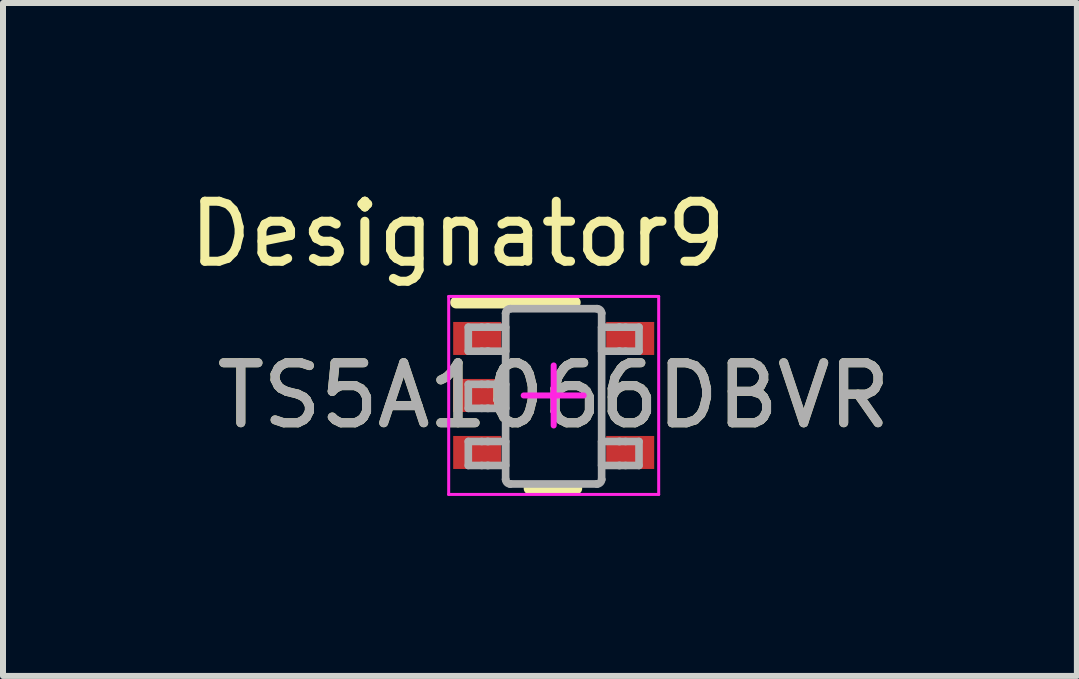
<source format=kicad_pcb>
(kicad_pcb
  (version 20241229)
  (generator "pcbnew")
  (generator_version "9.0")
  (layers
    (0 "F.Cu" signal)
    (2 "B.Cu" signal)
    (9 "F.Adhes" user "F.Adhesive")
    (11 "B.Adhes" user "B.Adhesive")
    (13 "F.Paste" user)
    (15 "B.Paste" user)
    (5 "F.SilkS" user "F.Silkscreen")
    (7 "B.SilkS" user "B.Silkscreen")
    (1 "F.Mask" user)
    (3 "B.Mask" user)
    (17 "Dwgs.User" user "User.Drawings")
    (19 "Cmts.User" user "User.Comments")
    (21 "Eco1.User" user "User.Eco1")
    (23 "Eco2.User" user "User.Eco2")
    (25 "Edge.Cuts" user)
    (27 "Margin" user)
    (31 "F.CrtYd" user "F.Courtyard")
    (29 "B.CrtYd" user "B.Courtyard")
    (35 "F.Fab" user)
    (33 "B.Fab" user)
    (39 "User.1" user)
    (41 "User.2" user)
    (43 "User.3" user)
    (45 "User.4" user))
  (footprint "TS5A1066DBVR"
    (layer "F.Cu")
    (at 6.178 3.541)
    (property "Reference" "TS5A1066DBVR" (at 0 0 0) (unlocked yes) (layer "F.SilkS") (effects (font (size 1 1) (thickness 0.15))))
    (attr smd)
    (fp_line (start -1.625 -1.55) (end 0.35 -1.55) (stroke (width 0.2) (type solid)) (layer "F.SilkS"))
    (fp_line (start -0.4 1.55) (end 0.375 1.55) (stroke (width 0.2) (type solid)) (layer "F.SilkS"))
    (fp_line (start -1.75 -1.65) (end 1.75 -1.65) (stroke (width 0.05) (type solid)) (layer "F.CrtYd"))
    (fp_line (start -1.75 1.65) (end -1.75 -1.65) (stroke (width 0.05) (type solid)) (layer "F.CrtYd"))
    (fp_line (start -1.75 1.65) (end 1.75 1.65) (stroke (width 0.05) (type solid)) (layer "F.CrtYd"))
    (fp_line (start -0.5 0) (end 0.5 0) (stroke (width 0.1) (type solid)) (layer "F.CrtYd"))
    (fp_line (start 0 0.5) (end 0 -0.5) (stroke (width 0.1) (type solid)) (layer "F.CrtYd"))
    (fp_line (start 1.75 1.65) (end 1.75 -1.65) (stroke (width 0.05) (type solid)) (layer "F.CrtYd"))
    (fp_line (start -1.423 -1.138) (end -1.199 -1.138) (stroke (width 0.127) (type solid)) (layer "F.Fab"))
    (fp_line (start -1.423 -0.738) (end -1.423 -1.138) (stroke (width 0.127) (type solid)) (layer "F.Fab"))
    (fp_line (start -1.423 -0.738) (end -1.199 -0.738) (stroke (width 0.127) (type solid)) (layer "F.Fab"))
    (fp_line (start -1.423 -0.186) (end -1.199 -0.186) (stroke (width 0.127) (type solid)) (layer "F.Fab"))
    (fp_line (start -1.423 0.215) (end -1.423 -0.186) (stroke (width 0.127) (type solid)) (layer "F.Fab"))
    (fp_line (start -1.423 0.215) (end -1.199 0.215) (stroke (width 0.127) (type solid)) (layer "F.Fab"))
    (fp_line (start -1.423 0.767) (end -1.199 0.767) (stroke (width 0.127) (type solid)) (layer "F.Fab"))
    (fp_line (start -1.423 1.167) (end -1.423 0.767) (stroke (width 0.127) (type solid)) (layer "F.Fab"))
    (fp_line (start -1.423 1.167) (end -1.199 1.167) (stroke (width 0.127) (type solid)) (layer "F.Fab"))
    (fp_line (start -1.199 -1.138) (end -1.105 -1.138) (stroke (width 0.127) (type solid)) (layer "F.Fab"))
    (fp_line (start -1.199 -0.738) (end -1.105 -0.738) (stroke (width 0.127) (type solid)) (layer "F.Fab"))
    (fp_line (start -1.199 -0.186) (end -1.105 -0.186) (stroke (width 0.127) (type solid)) (layer "F.Fab"))
    (fp_line (start -1.199 0.215) (end -1.105 0.215) (stroke (width 0.127) (type solid)) (layer "F.Fab"))
    (fp_line (start -1.199 0.767) (end -1.105 0.767) (stroke (width 0.127) (type solid)) (layer "F.Fab"))
    (fp_line (start -1.199 1.167) (end -1.105 1.167) (stroke (width 0.127) (type solid)) (layer "F.Fab"))
    (fp_line (start -1.105 -1.138) (end -1.088 -1.138) (stroke (width 0.127) (type solid)) (layer "F.Fab"))
    (fp_line (start -1.105 -0.738) (end -1.088 -0.738) (stroke (width 0.127) (type solid)) (layer "F.Fab"))
    (fp_line (start -1.105 -0.186) (end -1.088 -0.186) (stroke (width 0.127) (type solid)) (layer "F.Fab"))
    (fp_line (start -1.105 0.215) (end -1.088 0.215) (stroke (width 0.127) (type solid)) (layer "F.Fab"))
    (fp_line (start -1.105 0.767) (end -1.088 0.767) (stroke (width 0.127) (type solid)) (layer "F.Fab"))
    (fp_line (start -1.105 1.167) (end -1.088 1.167) (stroke (width 0.127) (type solid)) (layer "F.Fab"))
    (fp_line (start -1.088 -1.138) (end -0.835 -1.138) (stroke (width 0.127) (type solid)) (layer "F.Fab"))
    (fp_line (start -1.088 -0.738) (end -0.835 -0.738) (stroke (width 0.127) (type solid)) (layer "F.Fab"))
    (fp_line (start -1.088 -0.186) (end -0.835 -0.186) (stroke (width 0.127) (type solid)) (layer "F.Fab"))
    (fp_line (start -1.088 0.215) (end -0.835 0.215) (stroke (width 0.127) (type solid)) (layer "F.Fab"))
    (fp_line (start -1.088 0.767) (end -0.835 0.767) (stroke (width 0.127) (type solid)) (layer "F.Fab"))
    (fp_line (start -1.088 1.167) (end -0.835 1.167) (stroke (width 0.127) (type solid)) (layer "F.Fab"))
    (fp_line (start -0.835 -1.138) (end -0.801 -1.138) (stroke (width 0.127) (type solid)) (layer "F.Fab"))
    (fp_line (start -0.835 -0.738) (end -0.801 -0.738) (stroke (width 0.127) (type solid)) (layer "F.Fab"))
    (fp_line (start -0.835 -0.186) (end -0.801 -0.186) (stroke (width 0.127) (type solid)) (layer "F.Fab"))
    (fp_line (start -0.835 0.215) (end -0.801 0.215) (stroke (width 0.127) (type solid)) (layer "F.Fab"))
    (fp_line (start -0.835 0.767) (end -0.801 0.767) (stroke (width 0.127) (type solid)) (layer "F.Fab"))
    (fp_line (start -0.835 1.167) (end -0.801 1.167) (stroke (width 0.127) (type solid)) (layer "F.Fab"))
    (fp_line (start -0.801 -1.37) (end -0.801 -1.371) (stroke (width 0.127) (type solid)) (layer "F.Fab"))
    (fp_line (start -0.801 -0.738) (end -0.801 -1.138) (stroke (width 0.127) (type solid)) (layer "F.Fab"))
    (fp_line (start -0.801 0.215) (end -0.801 -0.186) (stroke (width 0.127) (type solid)) (layer "F.Fab"))
    (fp_line (start -0.801 1.167) (end -0.801 0.767) (stroke (width 0.127) (type solid)) (layer "F.Fab"))
    (fp_line (start -0.801 1.399) (end -0.801 -1.37) (stroke (width 0.127) (type solid)) (layer "F.Fab"))
    (fp_line (start -0.801 1.4) (end -0.801 1.399) (stroke (width 0.127) (type solid)) (layer "F.Fab"))
    (fp_line (start -0.725 -1.446) (end -0.725 -1.446) (stroke (width 0.127) (type solid)) (layer "F.Fab"))
    (fp_line (start -0.725 1.475) (end -0.725 1.475) (stroke (width 0.127) (type solid)) (layer "F.Fab"))
    (fp_line (start -0.725 -1.446) (end 0.723 -1.446) (stroke (width 0.127) (type solid)) (layer "F.Fab"))
    (fp_line (start -0.725 1.475) (end 0.723 1.475) (stroke (width 0.127) (type solid)) (layer "F.Fab"))
    (fp_line (start 0.723 -1.446) (end 0.724 -1.446) (stroke (width 0.127) (type solid)) (layer "F.Fab"))
    (fp_line (start 0.723 1.475) (end 0.724 1.475) (stroke (width 0.127) (type solid)) (layer "F.Fab"))
    (fp_line (start 0.799 -1.37) (end 0.799 -1.371) (stroke (width 0.127) (type solid)) (layer "F.Fab"))
    (fp_line (start 0.799 -1.138) (end 0.834 -1.138) (stroke (width 0.127) (type solid)) (layer "F.Fab"))
    (fp_line (start 0.799 -0.738) (end 0.799 -1.138) (stroke (width 0.127) (type solid)) (layer "F.Fab"))
    (fp_line (start 0.799 -0.738) (end 0.834 -0.738) (stroke (width 0.127) (type solid)) (layer "F.Fab"))
    (fp_line (start 0.799 0.767) (end 0.834 0.767) (stroke (width 0.127) (type solid)) (layer "F.Fab"))
    (fp_line (start 0.799 1.167) (end 0.799 0.767) (stroke (width 0.127) (type solid)) (layer "F.Fab"))
    (fp_line (start 0.799 1.167) (end 0.834 1.167) (stroke (width 0.127) (type solid)) (layer "F.Fab"))
    (fp_line (start 0.799 1.399) (end 0.799 -1.37) (stroke (width 0.127) (type solid)) (layer "F.Fab"))
    (fp_line (start 0.799 1.4) (end 0.799 1.399) (stroke (width 0.127) (type solid)) (layer "F.Fab"))
    (fp_line (start 0.834 -1.138) (end 1.087 -1.138) (stroke (width 0.127) (type solid)) (layer "F.Fab"))
    (fp_line (start 0.834 -0.738) (end 1.087 -0.738) (stroke (width 0.127) (type solid)) (layer "F.Fab"))
    (fp_line (start 0.834 0.767) (end 1.087 0.767) (stroke (width 0.127) (type solid)) (layer "F.Fab"))
    (fp_line (start 0.834 1.167) (end 1.087 1.167) (stroke (width 0.127) (type solid)) (layer "F.Fab"))
    (fp_line (start 1.087 -1.138) (end 1.103 -1.138) (stroke (width 0.127) (type solid)) (layer "F.Fab"))
    (fp_line (start 1.087 -0.738) (end 1.103 -0.738) (stroke (width 0.127) (type solid)) (layer "F.Fab"))
    (fp_line (start 1.087 0.767) (end 1.103 0.767) (stroke (width 0.127) (type solid)) (layer "F.Fab"))
    (fp_line (start 1.087 1.167) (end 1.103 1.167) (stroke (width 0.127) (type solid)) (layer "F.Fab"))
    (fp_line (start 1.103 -1.138) (end 1.198 -1.138) (stroke (width 0.127) (type solid)) (layer "F.Fab"))
    (fp_line (start 1.103 -0.738) (end 1.198 -0.738) (stroke (width 0.127) (type solid)) (layer "F.Fab"))
    (fp_line (start 1.103 0.767) (end 1.198 0.767) (stroke (width 0.127) (type solid)) (layer "F.Fab"))
    (fp_line (start 1.103 1.167) (end 1.198 1.167) (stroke (width 0.127) (type solid)) (layer "F.Fab"))
    (fp_line (start 1.198 -1.138) (end 1.422 -1.138) (stroke (width 0.127) (type solid)) (layer "F.Fab"))
    (fp_line (start 1.198 -0.738) (end 1.422 -0.738) (stroke (width 0.127) (type solid)) (layer "F.Fab"))
    (fp_line (start 1.198 0.767) (end 1.422 0.767) (stroke (width 0.127) (type solid)) (layer "F.Fab"))
    (fp_line (start 1.198 1.167) (end 1.422 1.167) (stroke (width 0.127) (type solid)) (layer "F.Fab"))
    (fp_line (start 1.422 -0.738) (end 1.422 -1.138) (stroke (width 0.127) (type solid)) (layer "F.Fab"))
    (fp_line (start 1.422 1.167) (end 1.422 0.767) (stroke (width 0.127) (type solid)) (layer "F.Fab"))
    (fp_arc (start -0.80074 -1.37084) (mid -0.778218 -1.423887) (end -0.724999 -1.445998) (stroke (width 0.127) (type solid)) (layer "F.Fab"))
    (fp_arc (start -0.724999 1.475) (mid -0.778213 1.452901) (end -0.80074 1.399867) (stroke (width 0.127) (type solid)) (layer "F.Fab"))
    (fp_arc (start 0.723714 -1.445998) (mid 0.776933 -1.423887) (end 0.799455 -1.37084) (stroke (width 0.127) (type solid)) (layer "F.Fab"))
    (fp_arc (start 0.799455 1.399868) (mid 0.776927 1.452901) (end 0.723713 1.475) (stroke (width 0.127) (type solid)) (layer "F.Fab"))
    (fp_text user "Designator9" (at -1.6 -2.692 0) (unlocked yes) (layer "F.SilkS") (effects (font (size 1 1) (thickness 0.15))))
    (fp_text user "${REFERENCE}" (at 0 0 0) (unlocked yes) (layer "F.Fab") (effects (font (size 1 1) (thickness 0.15))))
    (pad "1" smd rect (at -1.275 -0.95 90) (size 0.55 0.8) (layers "F.Cu" "F.Mask" "F.Paste"))
    (pad "2" smd rect (at -1.275 0 90) (size 0.55 0.8) (layers "F.Cu" "F.Mask" "F.Paste"))
    (pad "3" smd rect (at -1.275 0.95 90) (size 0.55 0.8) (layers "F.Cu" "F.Mask" "F.Paste"))
    (pad "4" smd rect (at 1.275 0.95 90) (size 0.55 0.8) (layers "F.Cu" "F.Mask" "F.Paste"))
    (pad "5" smd rect (at 1.275 -0.95 90) (size 0.55 0.8) (layers "F.Cu" "F.Mask" "F.Paste")))
  (gr_rect
    (start -3 -3)
    (end 14.898 8.216)
    (stroke (width 0.1) (type default))
    (fill no)
    (layer "Edge.Cuts")))
</source>
